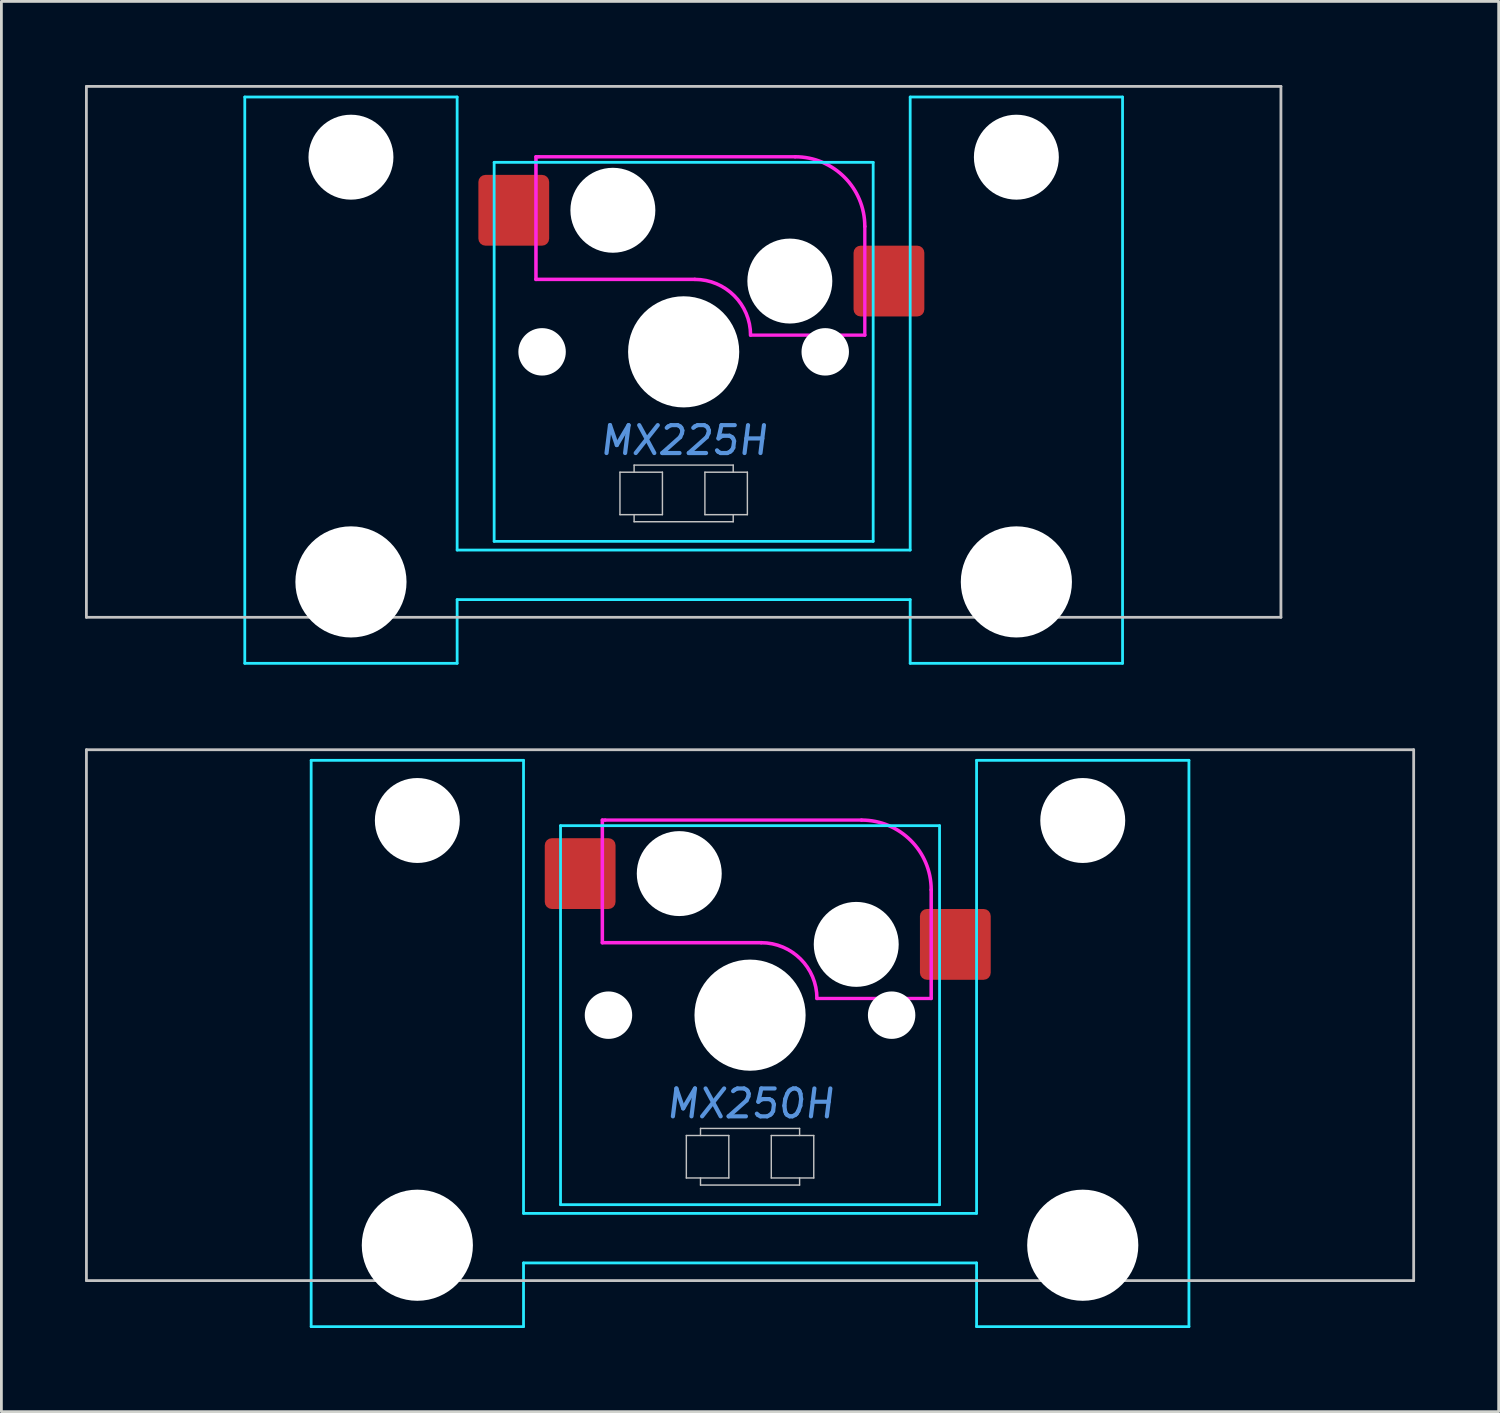
<source format=kicad_pcb>
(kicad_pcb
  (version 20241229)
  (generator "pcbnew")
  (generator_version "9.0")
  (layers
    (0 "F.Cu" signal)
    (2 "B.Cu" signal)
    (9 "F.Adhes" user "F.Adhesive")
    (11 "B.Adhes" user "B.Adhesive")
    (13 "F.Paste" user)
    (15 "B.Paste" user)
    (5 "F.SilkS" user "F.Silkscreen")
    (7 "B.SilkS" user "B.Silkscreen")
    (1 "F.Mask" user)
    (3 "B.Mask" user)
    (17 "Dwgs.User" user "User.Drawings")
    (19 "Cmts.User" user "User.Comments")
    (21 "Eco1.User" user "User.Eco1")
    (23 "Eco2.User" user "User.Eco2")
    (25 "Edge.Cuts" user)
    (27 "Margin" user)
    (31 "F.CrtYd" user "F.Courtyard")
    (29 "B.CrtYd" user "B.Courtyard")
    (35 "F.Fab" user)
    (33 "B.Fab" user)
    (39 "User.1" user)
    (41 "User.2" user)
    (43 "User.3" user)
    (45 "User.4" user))
  (footprint "MX225H"
    (layer "F.Cu")
    (at 21.481 9.575)
    (property "Reference" "MX225H" (at 0 3.175 0) (layer "Cmts.User") (effects (font (size 1 1) (thickness 0.15) (italic yes))))
    (attr smd)
    (fp_line (start -21.431 -9.525) (end -21.431 9.525) (stroke (width 0.1) (type solid)) (layer "Dwgs.User"))
    (fp_line (start -21.431 -9.525) (end 21.431 -9.525) (stroke (width 0.1) (type solid)) (layer "Dwgs.User"))
    (fp_line (start -21.431 9.525) (end 21.431 9.525) (stroke (width 0.1) (type solid)) (layer "Dwgs.User"))
    (fp_line (start -2.286 4.318) (end -0.762 4.318) (stroke (width 0.051) (type solid)) (layer "Dwgs.User"))
    (fp_line (start -2.286 5.842) (end -2.286 4.318) (stroke (width 0.051) (type solid)) (layer "Dwgs.User"))
    (fp_line (start -1.778 4.064) (end 1.778 4.064) (stroke (width 0.051) (type solid)) (layer "Dwgs.User"))
    (fp_line (start -1.778 4.318) (end -1.778 4.064) (stroke (width 0.051) (type solid)) (layer "Dwgs.User"))
    (fp_line (start -1.778 6.096) (end -1.778 5.842) (stroke (width 0.051) (type solid)) (layer "Dwgs.User"))
    (fp_line (start -0.762 4.318) (end -0.762 5.842) (stroke (width 0.051) (type solid)) (layer "Dwgs.User"))
    (fp_line (start -0.762 5.842) (end -2.286 5.842) (stroke (width 0.051) (type solid)) (layer "Dwgs.User"))
    (fp_line (start 0.762 4.318) (end 2.286 4.318) (stroke (width 0.051) (type solid)) (layer "Dwgs.User"))
    (fp_line (start 0.762 5.842) (end 0.762 4.318) (stroke (width 0.051) (type solid)) (layer "Dwgs.User"))
    (fp_line (start 1.778 4.064) (end 1.778 4.318) (stroke (width 0.051) (type solid)) (layer "Dwgs.User"))
    (fp_line (start 1.778 5.842) (end 1.778 6.096) (stroke (width 0.051) (type solid)) (layer "Dwgs.User"))
    (fp_line (start 1.778 6.096) (end -1.778 6.096) (stroke (width 0.051) (type solid)) (layer "Dwgs.User"))
    (fp_line (start 2.286 4.318) (end 2.286 5.842) (stroke (width 0.051) (type solid)) (layer "Dwgs.User"))
    (fp_line (start 2.286 5.842) (end 0.762 5.842) (stroke (width 0.051) (type solid)) (layer "Dwgs.User"))
    (fp_line (start 21.431 -9.525) (end 21.431 9.525) (stroke (width 0.1) (type solid)) (layer "Dwgs.User"))
    (fp_line (start -15.438 -5.485) (end -15.438 8.515) (stroke (width 0.1) (type solid)) (layer "Eco1.User"))
    (fp_line (start -14.938 -5.985) (end -8.938 -5.985) (stroke (width 0.1) (type solid)) (layer "Eco1.User"))
    (fp_line (start -8.938 9.015) (end -14.938 9.015) (stroke (width 0.1) (type solid)) (layer "Eco1.User"))
    (fp_line (start -8.438 8.515) (end -8.438 -5.485) (stroke (width 0.1) (type solid)) (layer "Eco1.User"))
    (fp_line (start -7 -6.5) (end -7 6.5) (stroke (width 0.1) (type solid)) (layer "Eco1.User"))
    (fp_line (start -6.5 7) (end 6.5 7) (stroke (width 0.1) (type solid)) (layer "Eco1.User"))
    (fp_line (start 6.5 -7) (end -6.5 -7) (stroke (width 0.1) (type solid)) (layer "Eco1.User"))
    (fp_line (start 7 6.5) (end 7 -6.5) (stroke (width 0.1) (type solid)) (layer "Eco1.User"))
    (fp_line (start 8.438 -5.485) (end 8.438 8.515) (stroke (width 0.1) (type solid)) (layer "Eco1.User"))
    (fp_line (start 8.938 -5.985) (end 14.938 -5.985) (stroke (width 0.1) (type solid)) (layer "Eco1.User"))
    (fp_line (start 14.938 9.015) (end 8.938 9.015) (stroke (width 0.1) (type solid)) (layer "Eco1.User"))
    (fp_line (start 15.438 8.515) (end 15.438 -5.485) (stroke (width 0.1) (type solid)) (layer "Eco1.User"))
    (fp_arc (start -15.438 -5.485) (mid -15.291553 -5.838553) (end -14.938 -5.985) (stroke (width 0.1) (type solid)) (layer "Eco1.User"))
    (fp_arc (start -14.938 9.015) (mid -15.291553 8.868553) (end -15.438 8.515) (stroke (width 0.1) (type solid)) (layer "Eco1.User"))
    (fp_arc (start -8.938 -5.985) (mid -8.584447 -5.838553) (end -8.438 -5.485) (stroke (width 0.1) (type solid)) (layer "Eco1.User"))
    (fp_arc (start -8.438 8.515) (mid -8.584447 8.868553) (end -8.938 9.015) (stroke (width 0.1) (type solid)) (layer "Eco1.User"))
    (fp_arc (start -7 -6.5) (mid -6.853553 -6.853553) (end -6.5 -7) (stroke (width 0.1) (type solid)) (layer "Eco1.User"))
    (fp_arc (start -6.5 7) (mid -6.853553 6.853553) (end -7 6.5) (stroke (width 0.1) (type solid)) (layer "Eco1.User"))
    (fp_arc (start 6.5 -7) (mid 6.853553 -6.853553) (end 7 -6.5) (stroke (width 0.1) (type solid)) (layer "Eco1.User"))
    (fp_arc (start 7 6.5) (mid 6.853553 6.853553) (end 6.5 7) (stroke (width 0.1) (type solid)) (layer "Eco1.User"))
    (fp_arc (start 8.438 -5.485) (mid 8.584447 -5.838553) (end 8.938 -5.985) (stroke (width 0.1) (type solid)) (layer "Eco1.User"))
    (fp_arc (start 8.938 9.015) (mid 8.584447 8.868553) (end 8.438 8.515) (stroke (width 0.1) (type solid)) (layer "Eco1.User"))
    (fp_arc (start 14.938 -5.985) (mid 15.291553 -5.838553) (end 15.438 -5.485) (stroke (width 0.1) (type solid)) (layer "Eco1.User"))
    (fp_arc (start 15.438 8.515) (mid 15.291553 8.868553) (end 14.938 9.015) (stroke (width 0.1) (type solid)) (layer "Eco1.User"))
    (fp_line (start -15.748 -9.144) (end -15.748 11.176) (stroke (width 0.1) (type solid)) (layer "B.CrtYd"))
    (fp_line (start -15.748 11.176) (end -8.128 11.176) (stroke (width 0.1) (type solid)) (layer "B.CrtYd"))
    (fp_line (start -8.128 -9.144) (end -15.748 -9.144) (stroke (width 0.1) (type solid)) (layer "B.CrtYd"))
    (fp_line (start -8.128 7.112) (end -8.128 -9.144) (stroke (width 0.1) (type solid)) (layer "B.CrtYd"))
    (fp_line (start -8.128 7.112) (end 8.128 7.112) (stroke (width 0.1) (type solid)) (layer "B.CrtYd"))
    (fp_line (start -8.128 8.89) (end -8.128 11.176) (stroke (width 0.1) (type solid)) (layer "B.CrtYd"))
    (fp_line (start -8.128 8.89) (end 8.128 8.89) (stroke (width 0.1) (type solid)) (layer "B.CrtYd"))
    (fp_line (start -6.8 -6.8) (end -6.8 6.8) (stroke (width 0.1) (type solid)) (layer "B.CrtYd"))
    (fp_line (start 6.8 -6.8) (end -6.8 -6.8) (stroke (width 0.1) (type solid)) (layer "B.CrtYd"))
    (fp_line (start 6.8 -6.8) (end 6.8 6.8) (stroke (width 0.1) (type solid)) (layer "B.CrtYd"))
    (fp_line (start 6.8 6.8) (end -6.8 6.8) (stroke (width 0.1) (type solid)) (layer "B.CrtYd"))
    (fp_line (start 8.128 -9.144) (end 15.748 -9.144) (stroke (width 0.1) (type solid)) (layer "B.CrtYd"))
    (fp_line (start 8.128 7.112) (end 8.128 -9.142) (stroke (width 0.1) (type solid)) (layer "B.CrtYd"))
    (fp_line (start 8.128 8.89) (end 8.128 11.176) (stroke (width 0.1) (type solid)) (layer "B.CrtYd"))
    (fp_line (start 15.748 11.176) (end 8.128 11.176) (stroke (width 0.1) (type solid)) (layer "B.CrtYd"))
    (fp_line (start 15.748 11.176) (end 15.748 -9.144) (stroke (width 0.1) (type solid)) (layer "B.CrtYd"))
    (fp_line (start -5.3 -7) (end -5.3 -2.6) (stroke (width 0.127) (type solid)) (layer "F.CrtYd"))
    (fp_line (start -5.2 -7) (end -5.3 -7) (stroke (width 0.12) (type solid)) (layer "F.CrtYd"))
    (fp_line (start 0.4 -2.6) (end -5.3 -2.6) (stroke (width 0.127) (type solid)) (layer "F.CrtYd"))
    (fp_line (start 4 -7) (end -5.2 -7) (stroke (width 0.12) (type solid)) (layer "F.CrtYd"))
    (fp_line (start 6.5 -4.5) (end 6.5 -0.6) (stroke (width 0.12) (type solid)) (layer "F.CrtYd"))
    (fp_line (start 6.5 -0.6) (end 2.4 -0.6) (stroke (width 0.12) (type solid)) (layer "F.CrtYd"))
    (fp_arc (start 0.4 -2.6) (mid 1.814214 -2.014214) (end 2.4 -0.6) (stroke (width 0.127) (type solid)) (layer "F.CrtYd"))
    (fp_arc (start 4 -7) (mid 5.767767 -6.267767) (end 6.5 -4.5) (stroke (width 0.127) (type solid)) (layer "F.CrtYd"))
    (pad "" np_thru_hole circle (at -11.938 -6.985) (size 3.048 3.048) (drill 3.048) (layers "*.Cu" "*.Mask"))
    (pad "" np_thru_hole circle (at -11.938 8.255) (size 3.988 3.988) (drill 3.988) (layers "*.Cu" "*.Mask"))
    (pad "" np_thru_hole circle (at -5.08 0) (size 1.702 1.702) (drill 1.702) (layers "*.Cu" "*.Mask"))
    (pad "" np_thru_hole circle (at -2.54 -5.08) (size 3.048 3.048) (drill 3.048) (layers "*.Cu" "*.Mask"))
    (pad "" np_thru_hole circle (at 0 0) (size 3.988 3.988) (drill 3.988) (layers "*.Cu" "*.Mask"))
    (pad "" np_thru_hole circle (at 3.81 -2.54) (size 3.048 3.048) (drill 3.048) (layers "*.Cu" "*.Mask"))
    (pad "" np_thru_hole circle (at 5.08 0) (size 1.702 1.702) (drill 1.702) (layers "*.Cu" "*.Mask"))
    (pad "" np_thru_hole circle (at 11.938 -6.985) (size 3.048 3.048) (drill 3.048) (layers "*.Cu" "*.Mask"))
    (pad "" np_thru_hole circle (at 11.938 8.255) (size 3.988 3.988) (drill 3.988) (layers "*.Cu" "*.Mask"))
    (pad "1" smd roundrect (at -6.096 -5.08) (size 2.54 2.54) (layers "F.Cu" "F.Mask") (roundrect_rratio 0.1))
    (pad "2" smd roundrect (at 7.366 -2.54) (size 2.54 2.54) (layers "F.Cu" "F.Mask") (roundrect_rratio 0.1)))
  (footprint "MX250H"
    (layer "F.Cu")
    (at 23.863 33.376)
    (property "Reference" "MX250H" (at 0 3.175 0) (layer "Cmts.User") (effects (font (size 1 1) (thickness 0.15) (italic yes))))
    (attr smd)
    (fp_line (start -23.812 -9.525) (end -23.812 9.525) (stroke (width 0.1) (type solid)) (layer "Dwgs.User"))
    (fp_line (start -23.812 -9.525) (end 23.812 -9.525) (stroke (width 0.1) (type solid)) (layer "Dwgs.User"))
    (fp_line (start -23.812 9.525) (end 23.812 9.525) (stroke (width 0.1) (type solid)) (layer "Dwgs.User"))
    (fp_line (start -2.286 4.318) (end -0.762 4.318) (stroke (width 0.051) (type solid)) (layer "Dwgs.User"))
    (fp_line (start -2.286 5.842) (end -2.286 4.318) (stroke (width 0.051) (type solid)) (layer "Dwgs.User"))
    (fp_line (start -1.778 4.064) (end 1.778 4.064) (stroke (width 0.051) (type solid)) (layer "Dwgs.User"))
    (fp_line (start -1.778 4.318) (end -1.778 4.064) (stroke (width 0.051) (type solid)) (layer "Dwgs.User"))
    (fp_line (start -1.778 6.096) (end -1.778 5.842) (stroke (width 0.051) (type solid)) (layer "Dwgs.User"))
    (fp_line (start -0.762 4.318) (end -0.762 5.842) (stroke (width 0.051) (type solid)) (layer "Dwgs.User"))
    (fp_line (start -0.762 5.842) (end -2.286 5.842) (stroke (width 0.051) (type solid)) (layer "Dwgs.User"))
    (fp_line (start 0.762 4.318) (end 2.286 4.318) (stroke (width 0.051) (type solid)) (layer "Dwgs.User"))
    (fp_line (start 0.762 5.842) (end 0.762 4.318) (stroke (width 0.051) (type solid)) (layer "Dwgs.User"))
    (fp_line (start 1.778 4.064) (end 1.778 4.318) (stroke (width 0.051) (type solid)) (layer "Dwgs.User"))
    (fp_line (start 1.778 5.842) (end 1.778 6.096) (stroke (width 0.051) (type solid)) (layer "Dwgs.User"))
    (fp_line (start 1.778 6.096) (end -1.778 6.096) (stroke (width 0.051) (type solid)) (layer "Dwgs.User"))
    (fp_line (start 2.286 4.318) (end 2.286 5.842) (stroke (width 0.051) (type solid)) (layer "Dwgs.User"))
    (fp_line (start 2.286 5.842) (end 0.762 5.842) (stroke (width 0.051) (type solid)) (layer "Dwgs.User"))
    (fp_line (start 23.812 -9.525) (end 23.812 9.525) (stroke (width 0.1) (type solid)) (layer "Dwgs.User"))
    (fp_line (start -15.438 -5.485) (end -15.438 8.515) (stroke (width 0.1) (type solid)) (layer "Eco1.User"))
    (fp_line (start -14.938 -5.985) (end -8.938 -5.985) (stroke (width 0.1) (type solid)) (layer "Eco1.User"))
    (fp_line (start -8.938 9.015) (end -14.938 9.015) (stroke (width 0.1) (type solid)) (layer "Eco1.User"))
    (fp_line (start -8.438 8.515) (end -8.438 -5.485) (stroke (width 0.1) (type solid)) (layer "Eco1.User"))
    (fp_line (start -7 -6.5) (end -7 6.5) (stroke (width 0.1) (type solid)) (layer "Eco1.User"))
    (fp_line (start -6.5 7) (end 6.5 7) (stroke (width 0.1) (type solid)) (layer "Eco1.User"))
    (fp_line (start 6.5 -7) (end -6.5 -7) (stroke (width 0.1) (type solid)) (layer "Eco1.User"))
    (fp_line (start 7 6.5) (end 7 -6.5) (stroke (width 0.1) (type solid)) (layer "Eco1.User"))
    (fp_line (start 8.438 -5.485) (end 8.438 8.515) (stroke (width 0.1) (type solid)) (layer "Eco1.User"))
    (fp_line (start 8.938 -5.985) (end 14.938 -5.985) (stroke (width 0.1) (type solid)) (layer "Eco1.User"))
    (fp_line (start 14.938 9.015) (end 8.938 9.015) (stroke (width 0.1) (type solid)) (layer "Eco1.User"))
    (fp_line (start 15.438 8.515) (end 15.438 -5.485) (stroke (width 0.1) (type solid)) (layer "Eco1.User"))
    (fp_arc (start -15.438 -5.485) (mid -15.291553 -5.838553) (end -14.938 -5.985) (stroke (width 0.1) (type solid)) (layer "Eco1.User"))
    (fp_arc (start -14.938 9.015) (mid -15.291553 8.868553) (end -15.438 8.515) (stroke (width 0.1) (type solid)) (layer "Eco1.User"))
    (fp_arc (start -8.938 -5.985) (mid -8.584447 -5.838553) (end -8.438 -5.485) (stroke (width 0.1) (type solid)) (layer "Eco1.User"))
    (fp_arc (start -8.438 8.515) (mid -8.584447 8.868553) (end -8.938 9.015) (stroke (width 0.1) (type solid)) (layer "Eco1.User"))
    (fp_arc (start -7 -6.5) (mid -6.853553 -6.853553) (end -6.5 -7) (stroke (width 0.1) (type solid)) (layer "Eco1.User"))
    (fp_arc (start -6.5 7) (mid -6.853553 6.853553) (end -7 6.5) (stroke (width 0.1) (type solid)) (layer "Eco1.User"))
    (fp_arc (start 6.5 -7) (mid 6.853553 -6.853553) (end 7 -6.5) (stroke (width 0.1) (type solid)) (layer "Eco1.User"))
    (fp_arc (start 7 6.5) (mid 6.853553 6.853553) (end 6.5 7) (stroke (width 0.1) (type solid)) (layer "Eco1.User"))
    (fp_arc (start 8.438 -5.485) (mid 8.584447 -5.838553) (end 8.938 -5.985) (stroke (width 0.1) (type solid)) (layer "Eco1.User"))
    (fp_arc (start 8.938 9.015) (mid 8.584447 8.868553) (end 8.438 8.515) (stroke (width 0.1) (type solid)) (layer "Eco1.User"))
    (fp_arc (start 14.938 -5.985) (mid 15.291553 -5.838553) (end 15.438 -5.485) (stroke (width 0.1) (type solid)) (layer "Eco1.User"))
    (fp_arc (start 15.438 8.515) (mid 15.291553 8.868553) (end 14.938 9.015) (stroke (width 0.1) (type solid)) (layer "Eco1.User"))
    (fp_line (start -15.748 -9.144) (end -15.748 11.176) (stroke (width 0.1) (type solid)) (layer "B.CrtYd"))
    (fp_line (start -15.748 11.176) (end -8.128 11.176) (stroke (width 0.1) (type solid)) (layer "B.CrtYd"))
    (fp_line (start -8.128 -9.144) (end -15.748 -9.144) (stroke (width 0.1) (type solid)) (layer "B.CrtYd"))
    (fp_line (start -8.128 7.112) (end -8.128 -9.144) (stroke (width 0.1) (type solid)) (layer "B.CrtYd"))
    (fp_line (start -8.128 7.112) (end 8.128 7.112) (stroke (width 0.1) (type solid)) (layer "B.CrtYd"))
    (fp_line (start -8.128 8.89) (end -8.128 11.176) (stroke (width 0.1) (type solid)) (layer "B.CrtYd"))
    (fp_line (start -8.128 8.89) (end 8.128 8.89) (stroke (width 0.1) (type solid)) (layer "B.CrtYd"))
    (fp_line (start -6.8 -6.8) (end -6.8 6.8) (stroke (width 0.1) (type solid)) (layer "B.CrtYd"))
    (fp_line (start 6.8 -6.8) (end -6.8 -6.8) (stroke (width 0.1) (type solid)) (layer "B.CrtYd"))
    (fp_line (start 6.8 -6.8) (end 6.8 6.8) (stroke (width 0.1) (type solid)) (layer "B.CrtYd"))
    (fp_line (start 6.8 6.8) (end -6.8 6.8) (stroke (width 0.1) (type solid)) (layer "B.CrtYd"))
    (fp_line (start 8.128 -9.144) (end 15.748 -9.144) (stroke (width 0.1) (type solid)) (layer "B.CrtYd"))
    (fp_line (start 8.128 7.112) (end 8.128 -9.142) (stroke (width 0.1) (type solid)) (layer "B.CrtYd"))
    (fp_line (start 8.128 8.89) (end 8.128 11.176) (stroke (width 0.1) (type solid)) (layer "B.CrtYd"))
    (fp_line (start 15.748 11.176) (end 8.128 11.176) (stroke (width 0.1) (type solid)) (layer "B.CrtYd"))
    (fp_line (start 15.748 11.176) (end 15.748 -9.144) (stroke (width 0.1) (type solid)) (layer "B.CrtYd"))
    (fp_line (start -5.3 -7) (end -5.3 -2.6) (stroke (width 0.127) (type solid)) (layer "F.CrtYd"))
    (fp_line (start -5.2 -7) (end -5.3 -7) (stroke (width 0.12) (type solid)) (layer "F.CrtYd"))
    (fp_line (start 0.4 -2.6) (end -5.3 -2.6) (stroke (width 0.127) (type solid)) (layer "F.CrtYd"))
    (fp_line (start 4 -7) (end -5.2 -7) (stroke (width 0.12) (type solid)) (layer "F.CrtYd"))
    (fp_line (start 6.5 -4.5) (end 6.5 -0.6) (stroke (width 0.127) (type solid)) (layer "F.CrtYd"))
    (fp_line (start 6.5 -0.6) (end 2.4 -0.6) (stroke (width 0.12) (type solid)) (layer "F.CrtYd"))
    (fp_arc (start 0.4 -2.6) (mid 1.814214 -2.014214) (end 2.4 -0.6) (stroke (width 0.127) (type solid)) (layer "F.CrtYd"))
    (fp_arc (start 4 -7) (mid 5.767767 -6.267767) (end 6.5 -4.5) (stroke (width 0.127) (type solid)) (layer "F.CrtYd"))
    (pad "" np_thru_hole circle (at -11.938 -6.985) (size 3.048 3.048) (drill 3.048) (layers "*.Cu" "*.Mask"))
    (pad "" np_thru_hole circle (at -11.938 8.255) (size 3.988 3.988) (drill 3.988) (layers "*.Cu" "*.Mask"))
    (pad "" np_thru_hole circle (at -5.08 0) (size 1.702 1.702) (drill 1.702) (layers "*.Cu" "*.Mask"))
    (pad "" np_thru_hole circle (at -2.54 -5.08) (size 3.048 3.048) (drill 3.048) (layers "*.Cu" "*.Mask"))
    (pad "" np_thru_hole circle (at 0 0) (size 3.988 3.988) (drill 3.988) (layers "*.Cu" "*.Mask"))
    (pad "" np_thru_hole circle (at 3.81 -2.54) (size 3.048 3.048) (drill 3.048) (layers "*.Cu" "*.Mask"))
    (pad "" np_thru_hole circle (at 5.08 0) (size 1.702 1.702) (drill 1.702) (layers "*.Cu" "*.Mask"))
    (pad "" np_thru_hole circle (at 11.938 -6.985) (size 3.048 3.048) (drill 3.048) (layers "*.Cu" "*.Mask"))
    (pad "" np_thru_hole circle (at 11.938 8.255) (size 3.988 3.988) (drill 3.988) (layers "*.Cu" "*.Mask"))
    (pad "1" smd roundrect (at -6.096 -5.08) (size 2.54 2.54) (layers "F.Cu" "F.Mask") (roundrect_rratio 0.1))
    (pad "2" smd roundrect (at 7.366 -2.54) (size 2.54 2.54) (layers "F.Cu" "F.Mask") (roundrect_rratio 0.1)))
  (gr_rect
    (start -3 -3)
    (end 50.725 47.602)
    (stroke (width 0.1) (type default))
    (fill no)
    (layer "Edge.Cuts")))
</source>
